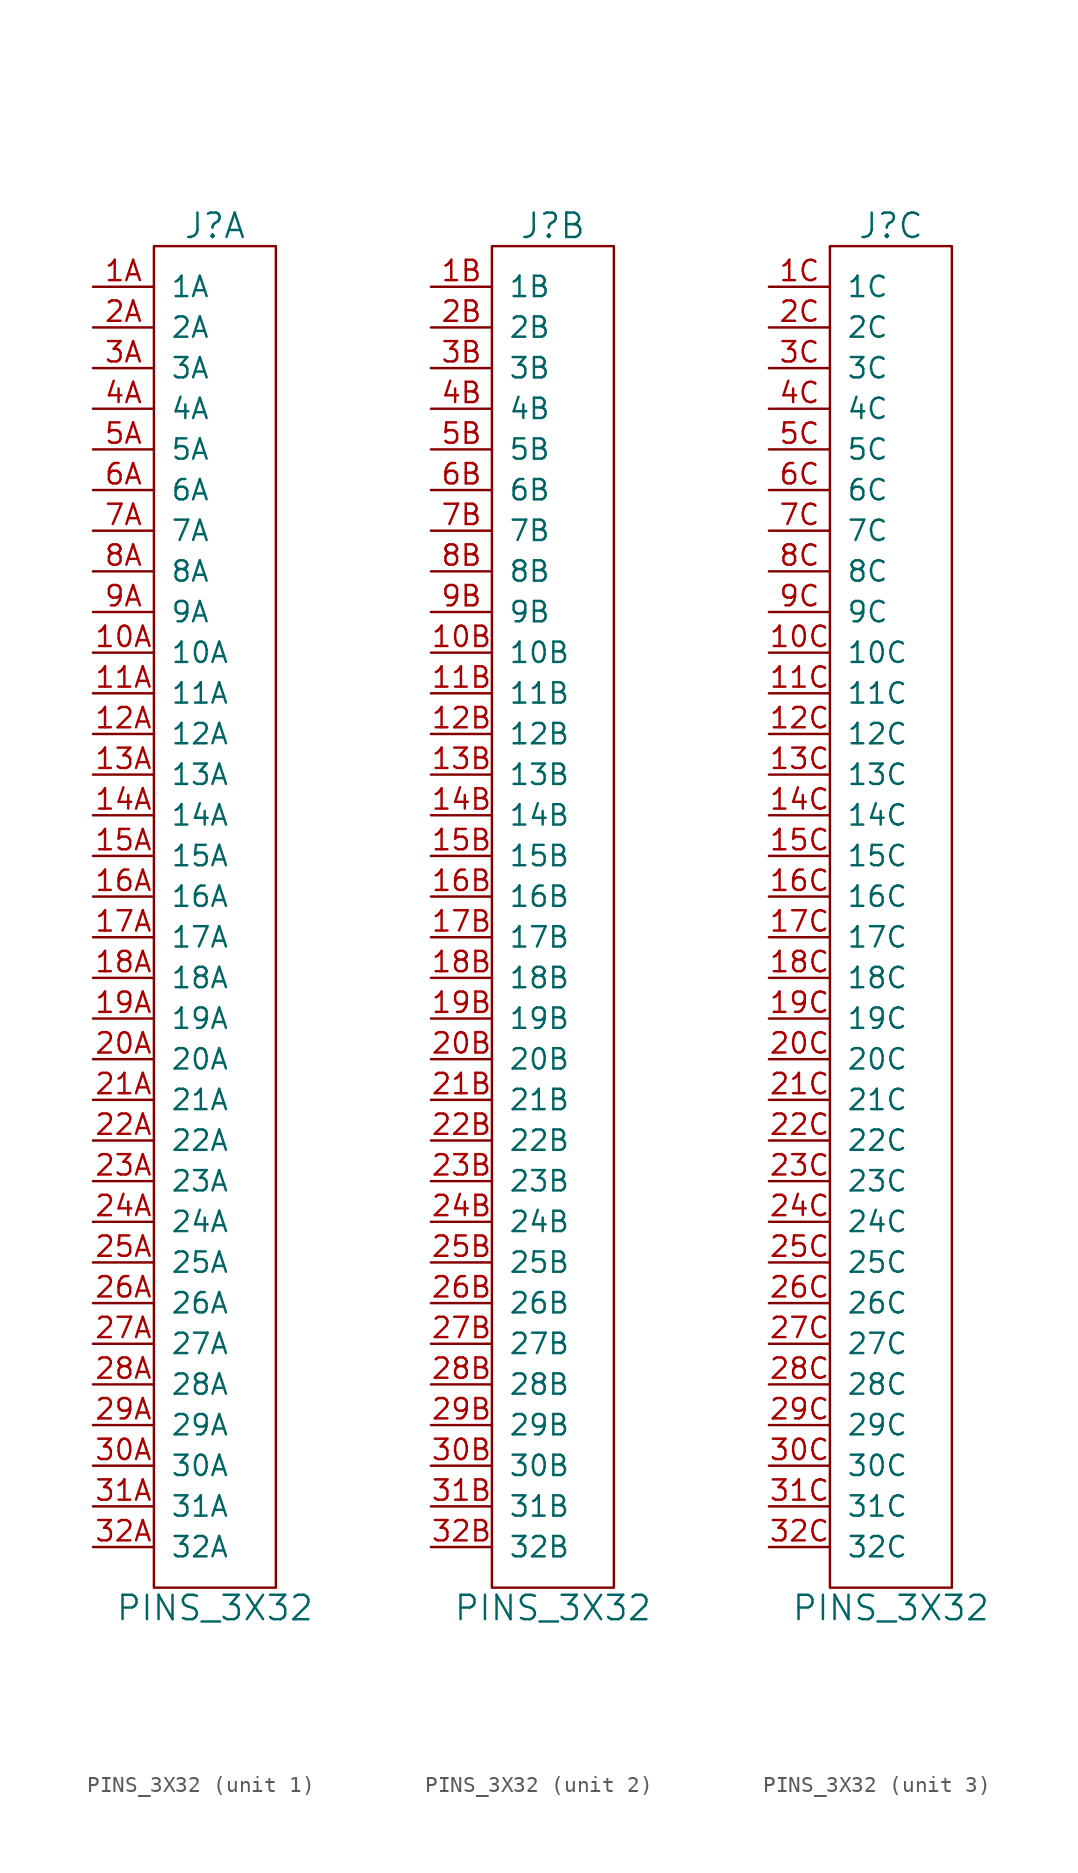
<source format=kicad_sym>
(kicad_symbol_lib
  (version 20241209)
  (generator "kicad_symbol_editor")
  (generator_version "9.0")
  (symbol "PINS_3X32"
    (pin_names
      (offset 1.016))
    (property "Reference" "J"
      (at 0 43.18 0)
      (effects (font (size 1.524 1.524))))
    (property "Value" "PINS_3X32"
      (at 0 -43.18 0)
      (effects (font (size 1.524 1.524))))
    (symbol "PINS_3X32_0_1"
      (rectangle (start -3.81 41.91) (end 3.81 -41.91) (stroke (width 0) (type default)) (fill (type none))))
    (symbol "PINS_3X32_1_1"
      (pin passive line (at -7.62 39.37 0) (length 3.81) (name "1A" (effects (font (size 1.27 1.27)))) (number "1A" (effects (font (size 1.27 1.27)))))
      (pin passive line (at -7.62 36.83 0) (length 3.81) (name "2A" (effects (font (size 1.27 1.27)))) (number "2A" (effects (font (size 1.27 1.27)))))
      (pin passive line (at -7.62 34.29 0) (length 3.81) (name "3A" (effects (font (size 1.27 1.27)))) (number "3A" (effects (font (size 1.27 1.27)))))
      (pin passive line (at -7.62 31.75 0) (length 3.81) (name "4A" (effects (font (size 1.27 1.27)))) (number "4A" (effects (font (size 1.27 1.27)))))
      (pin passive line (at -7.62 29.21 0) (length 3.81) (name "5A" (effects (font (size 1.27 1.27)))) (number "5A" (effects (font (size 1.27 1.27)))))
      (pin passive line (at -7.62 26.67 0) (length 3.81) (name "6A" (effects (font (size 1.27 1.27)))) (number "6A" (effects (font (size 1.27 1.27)))))
      (pin passive line (at -7.62 24.13 0) (length 3.81) (name "7A" (effects (font (size 1.27 1.27)))) (number "7A" (effects (font (size 1.27 1.27)))))
      (pin passive line (at -7.62 21.59 0) (length 3.81) (name "8A" (effects (font (size 1.27 1.27)))) (number "8A" (effects (font (size 1.27 1.27)))))
      (pin passive line (at -7.62 19.05 0) (length 3.81) (name "9A" (effects (font (size 1.27 1.27)))) (number "9A" (effects (font (size 1.27 1.27)))))
      (pin passive line (at -7.62 16.51 0) (length 3.81) (name "10A" (effects (font (size 1.27 1.27)))) (number "10A" (effects (font (size 1.27 1.27)))))
      (pin passive line (at -7.62 13.97 0) (length 3.81) (name "11A" (effects (font (size 1.27 1.27)))) (number "11A" (effects (font (size 1.27 1.27)))))
      (pin passive line (at -7.62 11.43 0) (length 3.81) (name "12A" (effects (font (size 1.27 1.27)))) (number "12A" (effects (font (size 1.27 1.27)))))
      (pin passive line (at -7.62 8.89 0) (length 3.81) (name "13A" (effects (font (size 1.27 1.27)))) (number "13A" (effects (font (size 1.27 1.27)))))
      (pin passive line (at -7.62 6.35 0) (length 3.81) (name "14A" (effects (font (size 1.27 1.27)))) (number "14A" (effects (font (size 1.27 1.27)))))
      (pin passive line (at -7.62 3.81 0) (length 3.81) (name "15A" (effects (font (size 1.27 1.27)))) (number "15A" (effects (font (size 1.27 1.27)))))
      (pin passive line (at -7.62 1.27 0) (length 3.81) (name "16A" (effects (font (size 1.27 1.27)))) (number "16A" (effects (font (size 1.27 1.27)))))
      (pin passive line (at -7.62 -1.27 0) (length 3.81) (name "17A" (effects (font (size 1.27 1.27)))) (number "17A" (effects (font (size 1.27 1.27)))))
      (pin passive line (at -7.62 -3.81 0) (length 3.81) (name "18A" (effects (font (size 1.27 1.27)))) (number "18A" (effects (font (size 1.27 1.27)))))
      (pin passive line (at -7.62 -6.35 0) (length 3.81) (name "19A" (effects (font (size 1.27 1.27)))) (number "19A" (effects (font (size 1.27 1.27)))))
      (pin passive line (at -7.62 -8.89 0) (length 3.81) (name "20A" (effects (font (size 1.27 1.27)))) (number "20A" (effects (font (size 1.27 1.27)))))
      (pin passive line (at -7.62 -11.43 0) (length 3.81) (name "21A" (effects (font (size 1.27 1.27)))) (number "21A" (effects (font (size 1.27 1.27)))))
      (pin passive line (at -7.62 -13.97 0) (length 3.81) (name "22A" (effects (font (size 1.27 1.27)))) (number "22A" (effects (font (size 1.27 1.27)))))
      (pin passive line (at -7.62 -16.51 0) (length 3.81) (name "23A" (effects (font (size 1.27 1.27)))) (number "23A" (effects (font (size 1.27 1.27)))))
      (pin passive line (at -7.62 -19.05 0) (length 3.81) (name "24A" (effects (font (size 1.27 1.27)))) (number "24A" (effects (font (size 1.27 1.27)))))
      (pin passive line (at -7.62 -21.59 0) (length 3.81) (name "25A" (effects (font (size 1.27 1.27)))) (number "25A" (effects (font (size 1.27 1.27)))))
      (pin passive line (at -7.62 -24.13 0) (length 3.81) (name "26A" (effects (font (size 1.27 1.27)))) (number "26A" (effects (font (size 1.27 1.27)))))
      (pin passive line (at -7.62 -26.67 0) (length 3.81) (name "27A" (effects (font (size 1.27 1.27)))) (number "27A" (effects (font (size 1.27 1.27)))))
      (pin passive line (at -7.62 -29.21 0) (length 3.81) (name "28A" (effects (font (size 1.27 1.27)))) (number "28A" (effects (font (size 1.27 1.27)))))
      (pin passive line (at -7.62 -31.75 0) (length 3.81) (name "29A" (effects (font (size 1.27 1.27)))) (number "29A" (effects (font (size 1.27 1.27)))))
      (pin passive line (at -7.62 -34.29 0) (length 3.81) (name "30A" (effects (font (size 1.27 1.27)))) (number "30A" (effects (font (size 1.27 1.27)))))
      (pin passive line (at -7.62 -36.83 0) (length 3.81) (name "31A" (effects (font (size 1.27 1.27)))) (number "31A" (effects (font (size 1.27 1.27)))))
      (pin passive line (at -7.62 -39.37 0) (length 3.81) (name "32A" (effects (font (size 1.27 1.27)))) (number "32A" (effects (font (size 1.27 1.27))))))
    (symbol "PINS_3X32_2_1"
      (pin passive line (at -7.62 39.37 0) (length 3.81) (name "1B" (effects (font (size 1.27 1.27)))) (number "1B" (effects (font (size 1.27 1.27)))))
      (pin passive line (at -7.62 36.83 0) (length 3.81) (name "2B" (effects (font (size 1.27 1.27)))) (number "2B" (effects (font (size 1.27 1.27)))))
      (pin passive line (at -7.62 34.29 0) (length 3.81) (name "3B" (effects (font (size 1.27 1.27)))) (number "3B" (effects (font (size 1.27 1.27)))))
      (pin passive line (at -7.62 31.75 0) (length 3.81) (name "4B" (effects (font (size 1.27 1.27)))) (number "4B" (effects (font (size 1.27 1.27)))))
      (pin passive line (at -7.62 29.21 0) (length 3.81) (name "5B" (effects (font (size 1.27 1.27)))) (number "5B" (effects (font (size 1.27 1.27)))))
      (pin passive line (at -7.62 26.67 0) (length 3.81) (name "6B" (effects (font (size 1.27 1.27)))) (number "6B" (effects (font (size 1.27 1.27)))))
      (pin passive line (at -7.62 24.13 0) (length 3.81) (name "7B" (effects (font (size 1.27 1.27)))) (number "7B" (effects (font (size 1.27 1.27)))))
      (pin passive line (at -7.62 21.59 0) (length 3.81) (name "8B" (effects (font (size 1.27 1.27)))) (number "8B" (effects (font (size 1.27 1.27)))))
      (pin passive line (at -7.62 19.05 0) (length 3.81) (name "9B" (effects (font (size 1.27 1.27)))) (number "9B" (effects (font (size 1.27 1.27)))))
      (pin passive line (at -7.62 16.51 0) (length 3.81) (name "10B" (effects (font (size 1.27 1.27)))) (number "10B" (effects (font (size 1.27 1.27)))))
      (pin passive line (at -7.62 13.97 0) (length 3.81) (name "11B" (effects (font (size 1.27 1.27)))) (number "11B" (effects (font (size 1.27 1.27)))))
      (pin passive line (at -7.62 11.43 0) (length 3.81) (name "12B" (effects (font (size 1.27 1.27)))) (number "12B" (effects (font (size 1.27 1.27)))))
      (pin passive line (at -7.62 8.89 0) (length 3.81) (name "13B" (effects (font (size 1.27 1.27)))) (number "13B" (effects (font (size 1.27 1.27)))))
      (pin passive line (at -7.62 6.35 0) (length 3.81) (name "14B" (effects (font (size 1.27 1.27)))) (number "14B" (effects (font (size 1.27 1.27)))))
      (pin passive line (at -7.62 3.81 0) (length 3.81) (name "15B" (effects (font (size 1.27 1.27)))) (number "15B" (effects (font (size 1.27 1.27)))))
      (pin passive line (at -7.62 1.27 0) (length 3.81) (name "16B" (effects (font (size 1.27 1.27)))) (number "16B" (effects (font (size 1.27 1.27)))))
      (pin passive line (at -7.62 -1.27 0) (length 3.81) (name "17B" (effects (font (size 1.27 1.27)))) (number "17B" (effects (font (size 1.27 1.27)))))
      (pin passive line (at -7.62 -3.81 0) (length 3.81) (name "18B" (effects (font (size 1.27 1.27)))) (number "18B" (effects (font (size 1.27 1.27)))))
      (pin passive line (at -7.62 -6.35 0) (length 3.81) (name "19B" (effects (font (size 1.27 1.27)))) (number "19B" (effects (font (size 1.27 1.27)))))
      (pin passive line (at -7.62 -8.89 0) (length 3.81) (name "20B" (effects (font (size 1.27 1.27)))) (number "20B" (effects (font (size 1.27 1.27)))))
      (pin passive line (at -7.62 -11.43 0) (length 3.81) (name "21B" (effects (font (size 1.27 1.27)))) (number "21B" (effects (font (size 1.27 1.27)))))
      (pin passive line (at -7.62 -13.97 0) (length 3.81) (name "22B" (effects (font (size 1.27 1.27)))) (number "22B" (effects (font (size 1.27 1.27)))))
      (pin passive line (at -7.62 -16.51 0) (length 3.81) (name "23B" (effects (font (size 1.27 1.27)))) (number "23B" (effects (font (size 1.27 1.27)))))
      (pin passive line (at -7.62 -19.05 0) (length 3.81) (name "24B" (effects (font (size 1.27 1.27)))) (number "24B" (effects (font (size 1.27 1.27)))))
      (pin passive line (at -7.62 -21.59 0) (length 3.81) (name "25B" (effects (font (size 1.27 1.27)))) (number "25B" (effects (font (size 1.27 1.27)))))
      (pin passive line (at -7.62 -24.13 0) (length 3.81) (name "26B" (effects (font (size 1.27 1.27)))) (number "26B" (effects (font (size 1.27 1.27)))))
      (pin passive line (at -7.62 -26.67 0) (length 3.81) (name "27B" (effects (font (size 1.27 1.27)))) (number "27B" (effects (font (size 1.27 1.27)))))
      (pin passive line (at -7.62 -29.21 0) (length 3.81) (name "28B" (effects (font (size 1.27 1.27)))) (number "28B" (effects (font (size 1.27 1.27)))))
      (pin passive line (at -7.62 -31.75 0) (length 3.81) (name "29B" (effects (font (size 1.27 1.27)))) (number "29B" (effects (font (size 1.27 1.27)))))
      (pin passive line (at -7.62 -34.29 0) (length 3.81) (name "30B" (effects (font (size 1.27 1.27)))) (number "30B" (effects (font (size 1.27 1.27)))))
      (pin passive line (at -7.62 -36.83 0) (length 3.81) (name "31B" (effects (font (size 1.27 1.27)))) (number "31B" (effects (font (size 1.27 1.27)))))
      (pin passive line (at -7.62 -39.37 0) (length 3.81) (name "32B" (effects (font (size 1.27 1.27)))) (number "32B" (effects (font (size 1.27 1.27))))))
    (symbol "PINS_3X32_3_1"
      (pin passive line (at -7.62 39.37 0) (length 3.81) (name "1C" (effects (font (size 1.27 1.27)))) (number "1C" (effects (font (size 1.27 1.27)))))
      (pin passive line (at -7.62 36.83 0) (length 3.81) (name "2C" (effects (font (size 1.27 1.27)))) (number "2C" (effects (font (size 1.27 1.27)))))
      (pin passive line (at -7.62 34.29 0) (length 3.81) (name "3C" (effects (font (size 1.27 1.27)))) (number "3C" (effects (font (size 1.27 1.27)))))
      (pin passive line (at -7.62 31.75 0) (length 3.81) (name "4C" (effects (font (size 1.27 1.27)))) (number "4C" (effects (font (size 1.27 1.27)))))
      (pin passive line (at -7.62 29.21 0) (length 3.81) (name "5C" (effects (font (size 1.27 1.27)))) (number "5C" (effects (font (size 1.27 1.27)))))
      (pin passive line (at -7.62 26.67 0) (length 3.81) (name "6C" (effects (font (size 1.27 1.27)))) (number "6C" (effects (font (size 1.27 1.27)))))
      (pin passive line (at -7.62 24.13 0) (length 3.81) (name "7C" (effects (font (size 1.27 1.27)))) (number "7C" (effects (font (size 1.27 1.27)))))
      (pin passive line (at -7.62 21.59 0) (length 3.81) (name "8C" (effects (font (size 1.27 1.27)))) (number "8C" (effects (font (size 1.27 1.27)))))
      (pin passive line (at -7.62 19.05 0) (length 3.81) (name "9C" (effects (font (size 1.27 1.27)))) (number "9C" (effects (font (size 1.27 1.27)))))
      (pin passive line (at -7.62 16.51 0) (length 3.81) (name "10C" (effects (font (size 1.27 1.27)))) (number "10C" (effects (font (size 1.27 1.27)))))
      (pin passive line (at -7.62 13.97 0) (length 3.81) (name "11C" (effects (font (size 1.27 1.27)))) (number "11C" (effects (font (size 1.27 1.27)))))
      (pin passive line (at -7.62 11.43 0) (length 3.81) (name "12C" (effects (font (size 1.27 1.27)))) (number "12C" (effects (font (size 1.27 1.27)))))
      (pin passive line (at -7.62 8.89 0) (length 3.81) (name "13C" (effects (font (size 1.27 1.27)))) (number "13C" (effects (font (size 1.27 1.27)))))
      (pin passive line (at -7.62 6.35 0) (length 3.81) (name "14C" (effects (font (size 1.27 1.27)))) (number "14C" (effects (font (size 1.27 1.27)))))
      (pin passive line (at -7.62 3.81 0) (length 3.81) (name "15C" (effects (font (size 1.27 1.27)))) (number "15C" (effects (font (size 1.27 1.27)))))
      (pin passive line (at -7.62 1.27 0) (length 3.81) (name "16C" (effects (font (size 1.27 1.27)))) (number "16C" (effects (font (size 1.27 1.27)))))
      (pin passive line (at -7.62 -1.27 0) (length 3.81) (name "17C" (effects (font (size 1.27 1.27)))) (number "17C" (effects (font (size 1.27 1.27)))))
      (pin passive line (at -7.62 -3.81 0) (length 3.81) (name "18C" (effects (font (size 1.27 1.27)))) (number "18C" (effects (font (size 1.27 1.27)))))
      (pin passive line (at -7.62 -6.35 0) (length 3.81) (name "19C" (effects (font (size 1.27 1.27)))) (number "19C" (effects (font (size 1.27 1.27)))))
      (pin passive line (at -7.62 -8.89 0) (length 3.81) (name "20C" (effects (font (size 1.27 1.27)))) (number "20C" (effects (font (size 1.27 1.27)))))
      (pin passive line (at -7.62 -11.43 0) (length 3.81) (name "21C" (effects (font (size 1.27 1.27)))) (number "21C" (effects (font (size 1.27 1.27)))))
      (pin passive line (at -7.62 -13.97 0) (length 3.81) (name "22C" (effects (font (size 1.27 1.27)))) (number "22C" (effects (font (size 1.27 1.27)))))
      (pin passive line (at -7.62 -16.51 0) (length 3.81) (name "23C" (effects (font (size 1.27 1.27)))) (number "23C" (effects (font (size 1.27 1.27)))))
      (pin passive line (at -7.62 -19.05 0) (length 3.81) (name "24C" (effects (font (size 1.27 1.27)))) (number "24C" (effects (font (size 1.27 1.27)))))
      (pin passive line (at -7.62 -21.59 0) (length 3.81) (name "25C" (effects (font (size 1.27 1.27)))) (number "25C" (effects (font (size 1.27 1.27)))))
      (pin passive line (at -7.62 -24.13 0) (length 3.81) (name "26C" (effects (font (size 1.27 1.27)))) (number "26C" (effects (font (size 1.27 1.27)))))
      (pin passive line (at -7.62 -26.67 0) (length 3.81) (name "27C" (effects (font (size 1.27 1.27)))) (number "27C" (effects (font (size 1.27 1.27)))))
      (pin passive line (at -7.62 -29.21 0) (length 3.81) (name "28C" (effects (font (size 1.27 1.27)))) (number "28C" (effects (font (size 1.27 1.27)))))
      (pin passive line (at -7.62 -31.75 0) (length 3.81) (name "29C" (effects (font (size 1.27 1.27)))) (number "29C" (effects (font (size 1.27 1.27)))))
      (pin passive line (at -7.62 -34.29 0) (length 3.81) (name "30C" (effects (font (size 1.27 1.27)))) (number "30C" (effects (font (size 1.27 1.27)))))
      (pin passive line (at -7.62 -36.83 0) (length 3.81) (name "31C" (effects (font (size 1.27 1.27)))) (number "31C" (effects (font (size 1.27 1.27)))))
      (pin passive line (at -7.62 -39.37 0) (length 3.81) (name "32C" (effects (font (size 1.27 1.27)))) (number "32C" (effects (font (size 1.27 1.27))))))))
</source>
